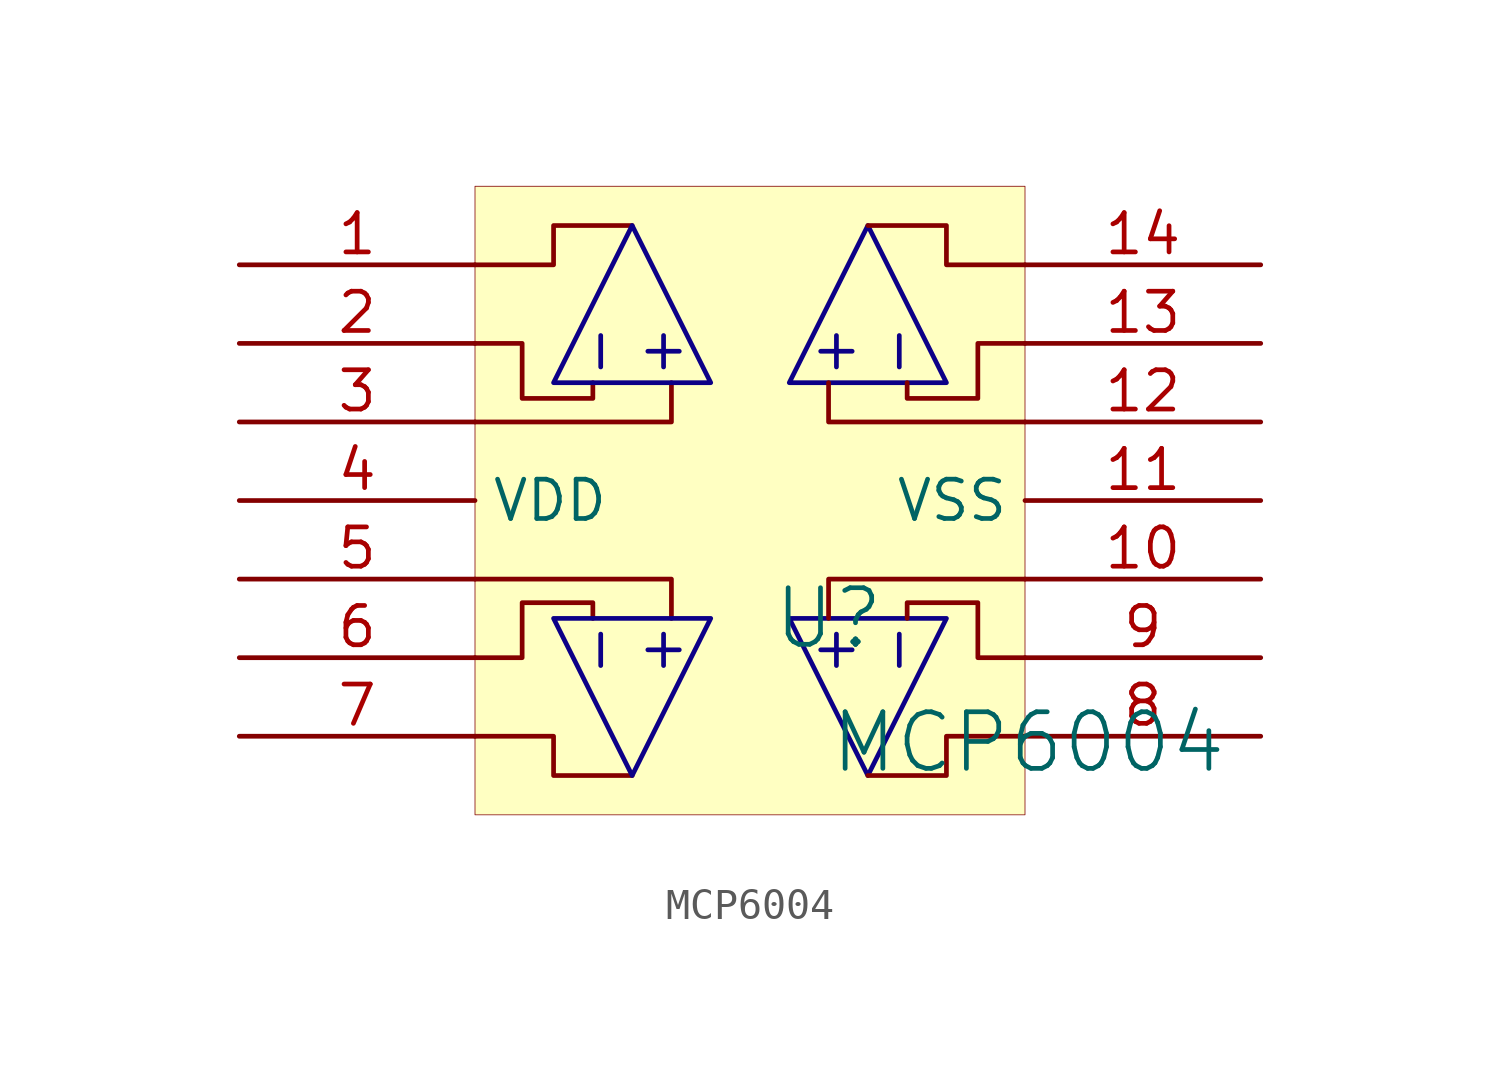
<source format=kicad_sym>
(kicad_symbol_lib
  (version 20241209)
  (generator "kicad_symbol_editor")
  (generator_version "9.0")
  (symbol "MCP6004"
    (property "Reference" "U"
      (at -1.27 1.27 0)
      (effects (font (size 1.829 1.829))))
    (property "Value" "MCP6004"
      (at -1.27 -3.81 0)
      (effects (font (size 1.829 1.829)) (justify left bottom)))
    (symbol "MCP6004_1_0"
      (polyline (pts (xy -12.7 7.62) (xy -6.35 7.62) (xy -6.35 8.89)) (stroke (width 0) (type solid)) (fill (type none)))
      (polyline (pts (xy -12.7 2.54) (xy -6.35 2.54) (xy -6.35 1.27)) (stroke (width 0) (type solid)) (fill (type none)))
      (polyline (pts (xy -8.89 8.89) (xy -8.89 8.382) (xy -11.176 8.382) (xy -11.176 10.16) (xy -12.7 10.16)) (stroke (width 0) (type solid)) (fill (type none)))
      (polyline (pts (xy -8.89 1.27) (xy -8.89 1.778) (xy -11.176 1.778) (xy -11.176 0) (xy -12.7 0)) (stroke (width 0) (type solid)) (fill (type none)))
      (polyline (pts (xy -8.636 9.398) (xy -8.636 10.414)) (stroke (width 0) (type solid) (color 12 0 135 1)) (fill (type none)))
      (polyline (pts (xy -8.636 0.762) (xy -8.636 -0.254)) (stroke (width 0) (type solid) (color 12 0 135 1)) (fill (type none)))
      (polyline (pts (xy -7.62 13.97) (xy -10.16 13.97) (xy -10.16 12.7) (xy -12.7 12.7)) (stroke (width 0) (type solid)) (fill (type none)))
      (polyline (pts (xy -7.62 13.97) (xy -5.08 8.89) (xy -10.16 8.89) (xy -7.62 13.97)) (stroke (width 0) (type solid) (color 12 0 135 1)) (fill (type none)))
      (polyline (pts (xy -7.62 -3.81) (xy -10.16 -3.81) (xy -10.16 -2.54) (xy -12.7 -2.54)) (stroke (width 0) (type solid)) (fill (type none)))
      (polyline (pts (xy -7.62 -3.81) (xy -5.08 1.27) (xy -10.16 1.27) (xy -7.62 -3.81)) (stroke (width 0) (type solid) (color 12 0 135 1)) (fill (type none)))
      (polyline (pts (xy -6.604 9.398) (xy -6.604 10.414)) (stroke (width 0) (type solid) (color 12 0 135 1)) (fill (type none)))
      (polyline (pts (xy -6.604 0.762) (xy -6.604 -0.254)) (stroke (width 0) (type solid) (color 12 0 135 1)) (fill (type none)))
      (polyline (pts (xy -6.096 9.906) (xy -7.112 9.906)) (stroke (width 0) (type solid) (color 12 0 135 1)) (fill (type none)))
      (polyline (pts (xy -6.096 0.254) (xy -7.112 0.254)) (stroke (width 0) (type solid) (color 12 0 135 1)) (fill (type none)))
      (polyline (pts (xy -1.524 9.906) (xy -0.508 9.906)) (stroke (width 0) (type solid) (color 12 0 135 1)) (fill (type none)))
      (polyline (pts (xy -1.524 0.254) (xy -0.508 0.254)) (stroke (width 0) (type solid) (color 12 0 135 1)) (fill (type none)))
      (polyline (pts (xy -1.016 9.398) (xy -1.016 10.414)) (stroke (width 0) (type solid) (color 12 0 135 1)) (fill (type none)))
      (polyline (pts (xy -1.016 0.762) (xy -1.016 -0.254)) (stroke (width 0) (type solid) (color 12 0 135 1)) (fill (type none)))
      (polyline (pts (xy 0 13.97) (xy -2.54 8.89) (xy 2.54 8.89) (xy 0 13.97)) (stroke (width 0) (type solid) (color 12 0 135 1)) (fill (type none)))
      (polyline (pts (xy 0 13.97) (xy 2.54 13.97) (xy 2.54 12.7) (xy 5.08 12.7)) (stroke (width 0) (type solid)) (fill (type none)))
      (polyline (pts (xy 0 -3.81) (xy -2.54 1.27) (xy 2.54 1.27) (xy 0 -3.81)) (stroke (width 0) (type solid) (color 12 0 135 1)) (fill (type none)))
      (polyline (pts (xy 0 -3.81) (xy 2.54 -3.81) (xy 2.54 -2.54) (xy 5.08 -2.54)) (stroke (width 0) (type solid)) (fill (type none)))
      (polyline (pts (xy 1.016 9.398) (xy 1.016 10.414)) (stroke (width 0) (type solid) (color 12 0 135 1)) (fill (type none)))
      (polyline (pts (xy 1.016 0.762) (xy 1.016 -0.254)) (stroke (width 0) (type solid) (color 12 0 135 1)) (fill (type none)))
      (polyline (pts (xy 1.27 8.89) (xy 1.27 8.382) (xy 3.556 8.382) (xy 3.556 10.16) (xy 5.08 10.16)) (stroke (width 0) (type solid)) (fill (type none)))
      (polyline (pts (xy 1.27 1.27) (xy 1.27 1.778) (xy 3.556 1.778) (xy 3.556 0) (xy 5.08 0)) (stroke (width 0) (type solid)) (fill (type none)))
      (rectangle (start 5.08 15.24) (end -12.7 -5.08) (stroke (width 0.025) (type solid) (color 128 0 0 1)) (fill (type background)))
      (polyline (pts (xy 5.08 7.62) (xy -1.27 7.62) (xy -1.27 8.89)) (stroke (width 0) (type solid)) (fill (type none)))
      (polyline (pts (xy 5.08 2.54) (xy -1.27 2.54) (xy -1.27 1.27)) (stroke (width 0) (type solid)) (fill (type none)))
      (pin passive line (at -20.32 12.7 0) (length 7.62) (name "0" (effects (font (size 0 0)))) (number "1" (effects (font (size 1.27 1.27)))))
      (pin passive line (at -20.32 10.16 0) (length 7.62) (name "1" (effects (font (size 0 0)))) (number "2" (effects (font (size 1.27 1.27)))))
      (pin passive line (at -20.32 7.62 0) (length 7.62) (name "2" (effects (font (size 0 0)))) (number "3" (effects (font (size 1.27 1.27)))))
      (pin power_in line (at -20.32 5.08 0) (length 7.62) (name "VDD" (effects (font (size 1.27 1.27)))) (number "4" (effects (font (size 1.27 1.27)))))
      (pin passive line (at -20.32 2.54 0) (length 7.62) (name "4" (effects (font (size 0 0)))) (number "5" (effects (font (size 1.27 1.27)))))
      (pin passive line (at -20.32 0 0) (length 7.62) (name "5" (effects (font (size 0 0)))) (number "6" (effects (font (size 1.27 1.27)))))
      (pin passive line (at -20.32 -2.54 0) (length 7.62) (name "6" (effects (font (size 0 0)))) (number "7" (effects (font (size 1.27 1.27)))))
      (pin passive line (at 12.7 12.7 180) (length 7.62) (name "6" (effects (font (size 0 0)))) (number "14" (effects (font (size 1.27 1.27)))))
      (pin passive line (at 12.7 10.16 180) (length 7.62) (name "5" (effects (font (size 0 0)))) (number "13" (effects (font (size 1.27 1.27)))))
      (pin passive line (at 12.7 7.62 180) (length 7.62) (name "4" (effects (font (size 0 0)))) (number "12" (effects (font (size 1.27 1.27)))))
      (pin power_in line (at 12.7 5.08 180) (length 7.62) (name "VSS" (effects (font (size 1.27 1.27)))) (number "11" (effects (font (size 1.27 1.27)))))
      (pin passive line (at 12.7 2.54 180) (length 7.62) (name "2" (effects (font (size 0 0)))) (number "10" (effects (font (size 1.27 1.27)))))
      (pin passive line (at 12.7 0 180) (length 7.62) (name "1" (effects (font (size 0 0)))) (number "9" (effects (font (size 1.27 1.27)))))
      (pin passive line (at 12.7 -2.54 180) (length 7.62) (name "0" (effects (font (size 0 0)))) (number "8" (effects (font (size 1.27 1.27))))))))
</source>
